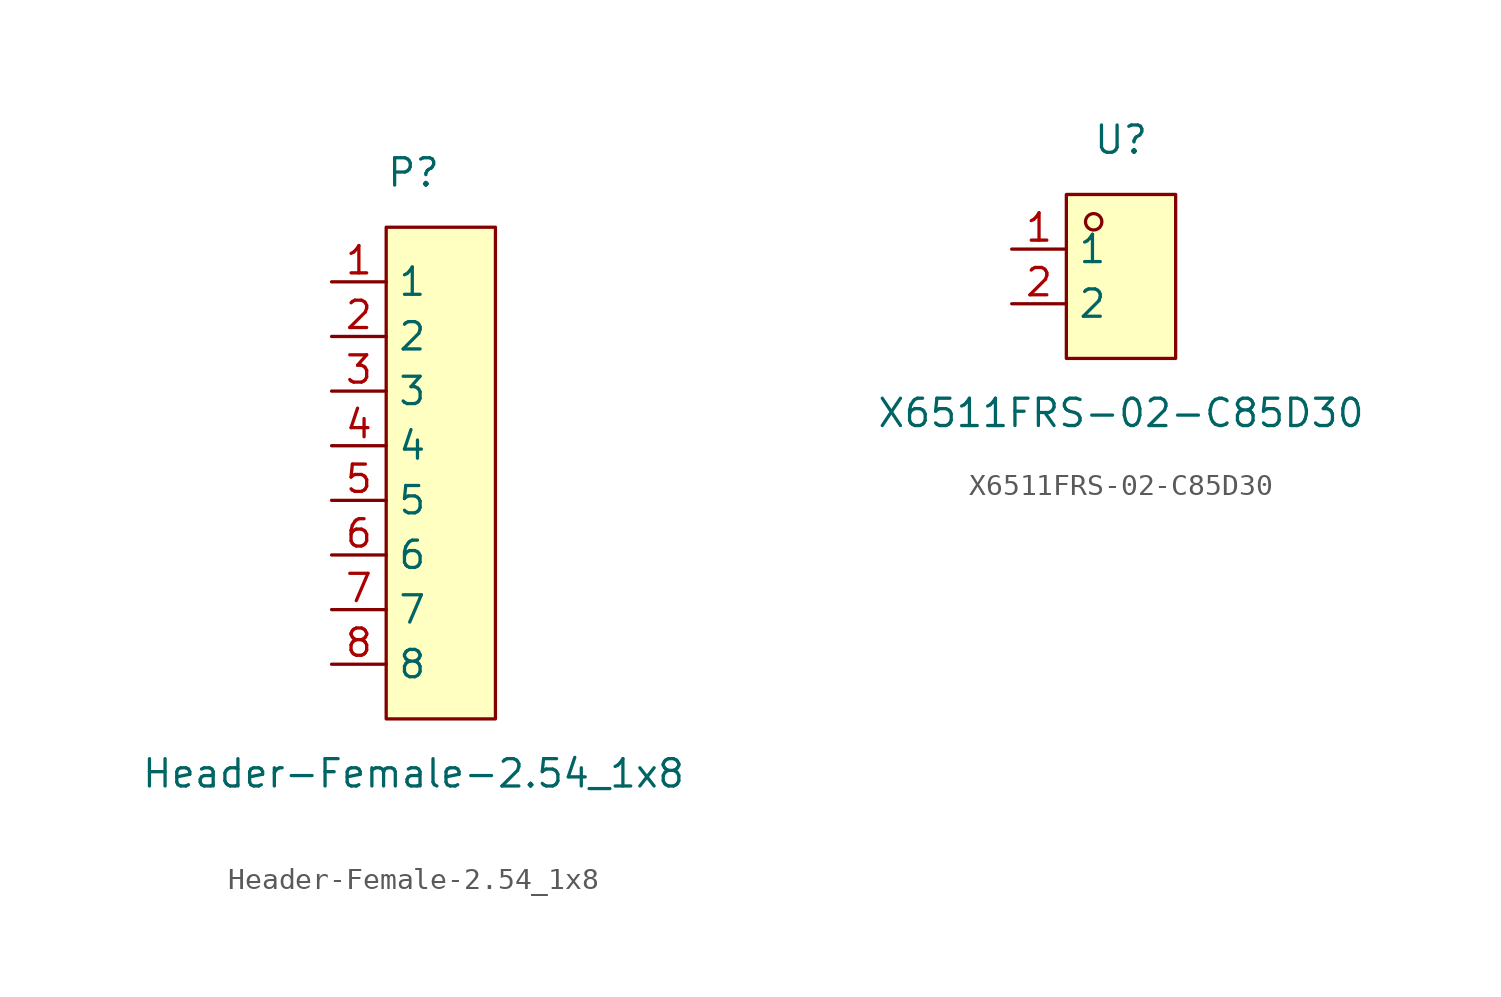
<source format=kicad_sym>
(kicad_symbol_lib
  (version 20211014)
  (generator https://github.com/uPesy/easyeda2kicad.py)
  (symbol "Header-Female-2.54_1x8"
    (property "Reference" "P"
      (at 0 13.97 0)
      (effects (font (size 1.27 1.27))))
    (property "Value" "Header-Female-2.54_1x8"
      (at 0 -13.97 0)
      (effects (font (size 1.27 1.27))))
    (symbol "Header-Female-2.54_1x8_0_1"
      (rectangle (start -1.27 11.43) (end 3.81 -11.43) (stroke (width 0) (type default) (color 0 0 0 0)) (fill (type background)))
      (pin input line (at -3.81 8.89 0) (length 2.54) (name "1" (effects (font (size 1.27 1.27)))) (number "1" (effects (font (size 1.27 1.27)))))
      (pin input line (at -3.81 6.35 0) (length 2.54) (name "2" (effects (font (size 1.27 1.27)))) (number "2" (effects (font (size 1.27 1.27)))))
      (pin input line (at -3.81 3.81 0) (length 2.54) (name "3" (effects (font (size 1.27 1.27)))) (number "3" (effects (font (size 1.27 1.27)))))
      (pin input line (at -3.81 1.27 0) (length 2.54) (name "4" (effects (font (size 1.27 1.27)))) (number "4" (effects (font (size 1.27 1.27)))))
      (pin input line (at -3.81 -1.27 0) (length 2.54) (name "5" (effects (font (size 1.27 1.27)))) (number "5" (effects (font (size 1.27 1.27)))))
      (pin input line (at -3.81 -3.81 0) (length 2.54) (name "6" (effects (font (size 1.27 1.27)))) (number "6" (effects (font (size 1.27 1.27)))))
      (pin input line (at -3.81 -6.35 0) (length 2.54) (name "7" (effects (font (size 1.27 1.27)))) (number "7" (effects (font (size 1.27 1.27)))))
      (pin input line (at -3.81 -8.89 0) (length 2.54) (name "8" (effects (font (size 1.27 1.27)))) (number "8" (effects (font (size 1.27 1.27)))))))
  (symbol "X6511FRS-02-C85D30"
    (property "Reference" "U"
      (at 0 6.35 0)
      (effects (font (size 1.27 1.27))))
    (property "Value" "X6511FRS-02-C85D30"
      (at 0 -6.35 0)
      (effects (font (size 1.27 1.27))))
    (symbol "X6511FRS-02-C85D30_0_1"
      (rectangle (start -2.54 3.81) (end 2.54 -3.81) (stroke (width 0) (type default) (color 0 0 0 0)) (fill (type background)))
      (circle (center -1.27 2.54) (radius 0.38) (stroke (width 0) (type default) (color 0 0 0 0)) (fill (type none)))
      (pin unspecified line (at -5.08 1.27 0) (length 2.54) (name "1" (effects (font (size 1.27 1.27)))) (number "1" (effects (font (size 1.27 1.27)))))
      (pin unspecified line (at -5.08 -1.27 0) (length 2.54) (name "2" (effects (font (size 1.27 1.27)))) (number "2" (effects (font (size 1.27 1.27))))))))
</source>
